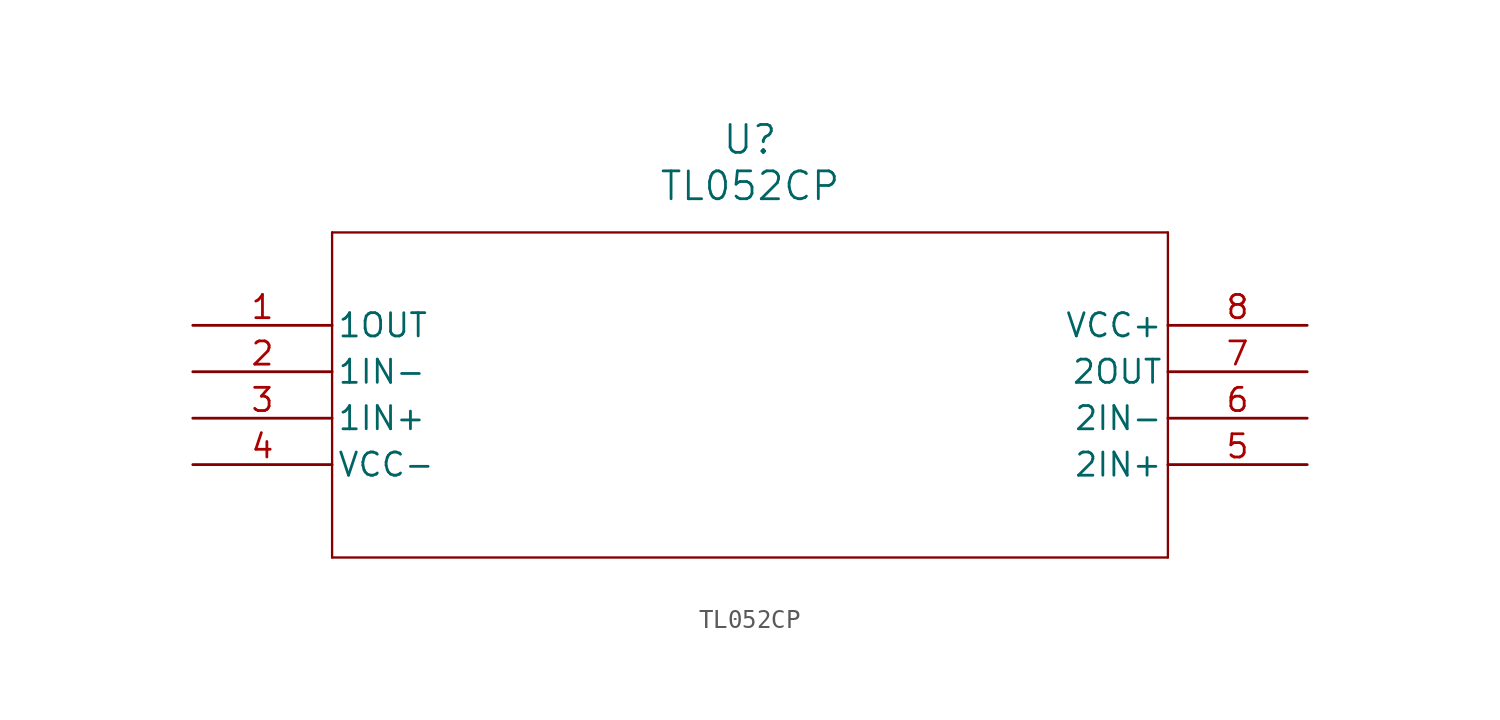
<source format=kicad_sym>
(kicad_symbol_lib
  (version 20211014)
  (generator kicad_symbol_editor)
  (symbol "TL052CP"
    (pin_names
      (offset 0.254))
    (property "Reference" "U"
      (at 30.48 10.16 0)
      (effects (font (size 1.524 1.524))))
    (property "Value" "TL052CP"
      (at 30.48 7.62 0)
      (effects (font (size 1.524 1.524))))
    (symbol "TL052CP_0_1"
      (polyline (pts (xy 7.62 5.08) (xy 7.62 -12.7)) (stroke (width 0.127) (type default) (color 0 0 0 0)) (fill (type none)))
      (polyline (pts (xy 7.62 -12.7) (xy 53.34 -12.7)) (stroke (width 0.127) (type default) (color 0 0 0 0)) (fill (type none)))
      (polyline (pts (xy 53.34 -12.7) (xy 53.34 5.08)) (stroke (width 0.127) (type default) (color 0 0 0 0)) (fill (type none)))
      (polyline (pts (xy 53.34 5.08) (xy 7.62 5.08)) (stroke (width 0.127) (type default) (color 0 0 0 0)) (fill (type none)))
      (pin output line (at 0 0 0) (length 7.62) (name "1OUT" (effects (font (size 1.27 1.27)))) (number "1" (effects (font (size 1.27 1.27)))))
      (pin input line (at 0 -2.54 0) (length 7.62) (name "1IN-" (effects (font (size 1.27 1.27)))) (number "2" (effects (font (size 1.27 1.27)))))
      (pin input line (at 0 -5.08 0) (length 7.62) (name "1IN+" (effects (font (size 1.27 1.27)))) (number "3" (effects (font (size 1.27 1.27)))))
      (pin power_in line (at 0 -7.62 0) (length 7.62) (name "VCC-" (effects (font (size 1.27 1.27)))) (number "4" (effects (font (size 1.27 1.27)))))
      (pin input line (at 60.96 -7.62 180) (length 7.62) (name "2IN+" (effects (font (size 1.27 1.27)))) (number "5" (effects (font (size 1.27 1.27)))))
      (pin input line (at 60.96 -5.08 180) (length 7.62) (name "2IN-" (effects (font (size 1.27 1.27)))) (number "6" (effects (font (size 1.27 1.27)))))
      (pin output line (at 60.96 -2.54 180) (length 7.62) (name "2OUT" (effects (font (size 1.27 1.27)))) (number "7" (effects (font (size 1.27 1.27)))))
      (pin power_in line (at 60.96 0 180) (length 7.62) (name "VCC+" (effects (font (size 1.27 1.27)))) (number "8" (effects (font (size 1.27 1.27))))))))
</source>
